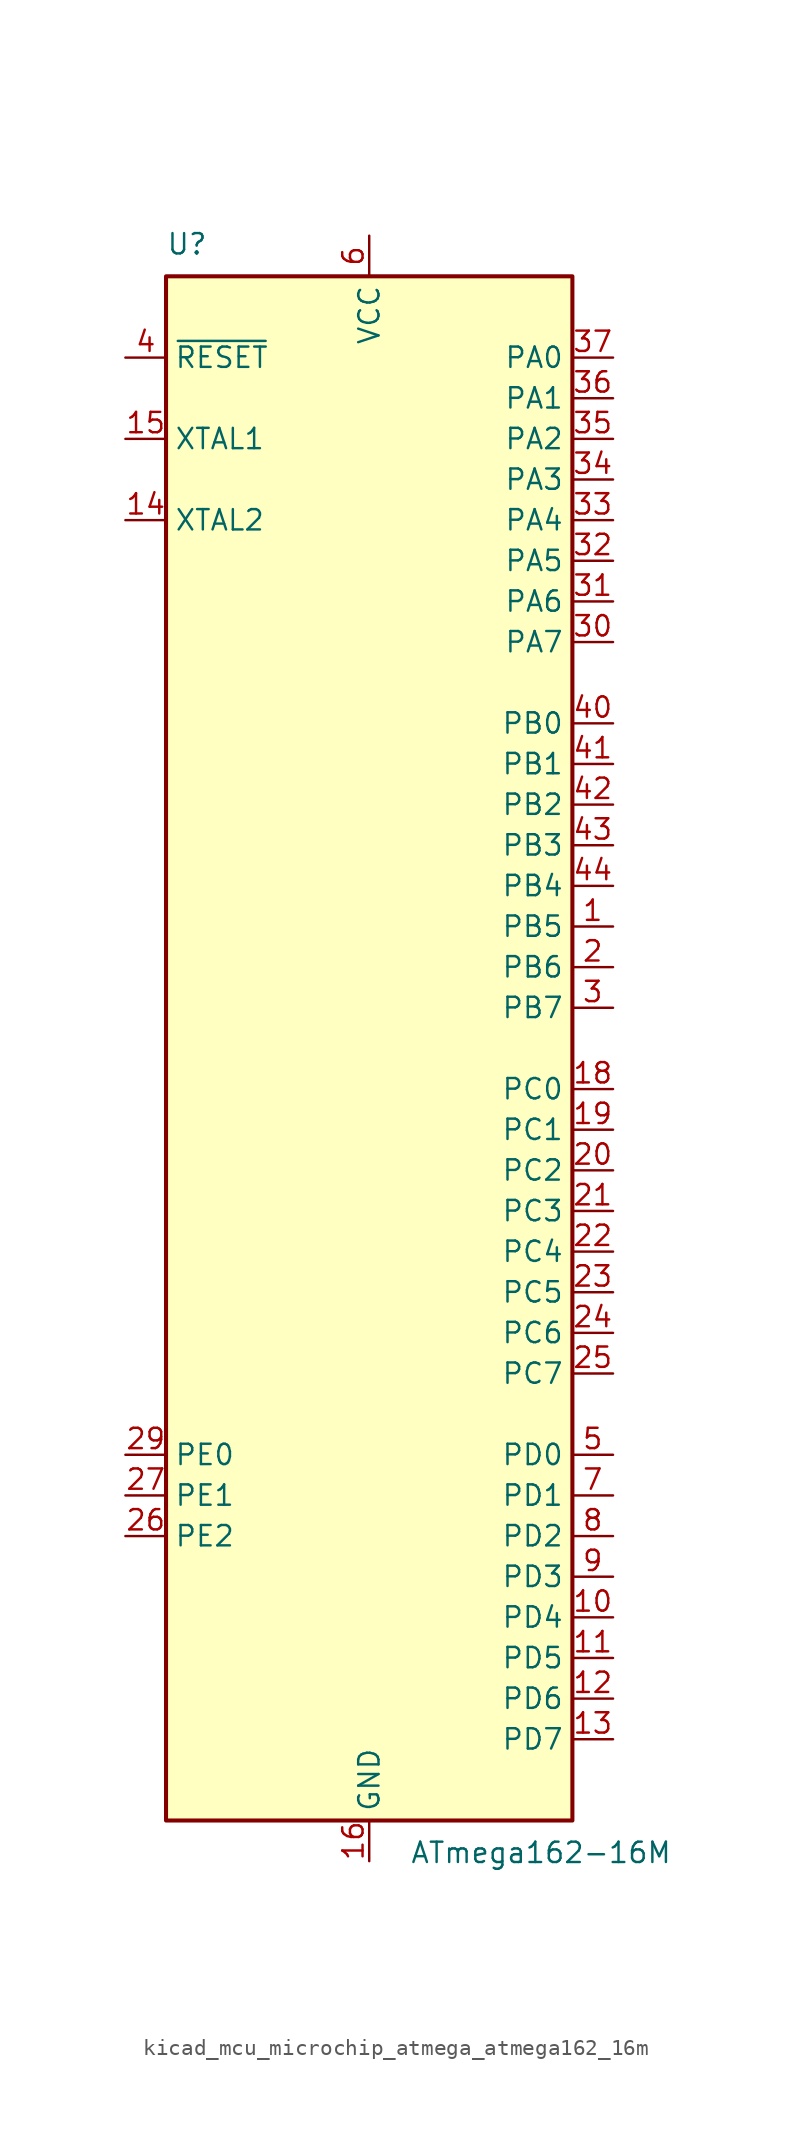
<source format=kicad_sym>
(kicad_symbol_lib
  (version 20220914)
  (generator kicad_symbol_editor)
  (symbol "kicad_mcu_microchip_atmega_atmega162_16m"
    (property "Reference" "U"
      (at -12.7 49.53 0)
      (effects (font (size 1.27 1.27)) (justify left bottom)))
    (property "Value" "ATmega162-16M"
      (at 2.54 -49.53 0)
      (effects (font (size 1.27 1.27)) (justify left top)))
    (symbol "kicad_mcu_microchip_atmega_atmega162_16m_0_1"
      (rectangle (start -12.7 -48.26) (end 12.7 48.26) (stroke (width 0.254) (type default)) (fill (type background))))
    (symbol "kicad_mcu_microchip_atmega_atmega162_16m_1_1"
      (pin bidirectional line (at 15.24 7.62 180) (length 2.54) (name "PB5" (effects (font (size 1.27 1.27)))) (number "1" (effects (font (size 1.27 1.27)))))
      (pin bidirectional line (at 15.24 -35.56 180) (length 2.54) (name "PD4" (effects (font (size 1.27 1.27)))) (number "10" (effects (font (size 1.27 1.27)))))
      (pin bidirectional line (at 15.24 -38.1 180) (length 2.54) (name "PD5" (effects (font (size 1.27 1.27)))) (number "11" (effects (font (size 1.27 1.27)))))
      (pin bidirectional line (at 15.24 -40.64 180) (length 2.54) (name "PD6" (effects (font (size 1.27 1.27)))) (number "12" (effects (font (size 1.27 1.27)))))
      (pin bidirectional line (at 15.24 -43.18 180) (length 2.54) (name "PD7" (effects (font (size 1.27 1.27)))) (number "13" (effects (font (size 1.27 1.27)))))
      (pin output line (at -15.24 33.02 0) (length 2.54) (name "XTAL2" (effects (font (size 1.27 1.27)))) (number "14" (effects (font (size 1.27 1.27)))))
      (pin input line (at -15.24 38.1 0) (length 2.54) (name "XTAL1" (effects (font (size 1.27 1.27)))) (number "15" (effects (font (size 1.27 1.27)))))
      (pin power_in line (at 0 -50.8 90) (length 2.54) (name "GND" (effects (font (size 1.27 1.27)))) (number "16" (effects (font (size 1.27 1.27)))))
      (pin passive line (at 0 50.8 270) (length 2.54) hide (name "VCC" (effects (font (size 1.27 1.27)))) (number "17" (effects (font (size 1.27 1.27)))))
      (pin bidirectional line (at 15.24 -2.54 180) (length 2.54) (name "PC0" (effects (font (size 1.27 1.27)))) (number "18" (effects (font (size 1.27 1.27)))))
      (pin bidirectional line (at 15.24 -5.08 180) (length 2.54) (name "PC1" (effects (font (size 1.27 1.27)))) (number "19" (effects (font (size 1.27 1.27)))))
      (pin bidirectional line (at 15.24 5.08 180) (length 2.54) (name "PB6" (effects (font (size 1.27 1.27)))) (number "2" (effects (font (size 1.27 1.27)))))
      (pin bidirectional line (at 15.24 -7.62 180) (length 2.54) (name "PC2" (effects (font (size 1.27 1.27)))) (number "20" (effects (font (size 1.27 1.27)))))
      (pin bidirectional line (at 15.24 -10.16 180) (length 2.54) (name "PC3" (effects (font (size 1.27 1.27)))) (number "21" (effects (font (size 1.27 1.27)))))
      (pin bidirectional line (at 15.24 -12.7 180) (length 2.54) (name "PC4" (effects (font (size 1.27 1.27)))) (number "22" (effects (font (size 1.27 1.27)))))
      (pin bidirectional line (at 15.24 -15.24 180) (length 2.54) (name "PC5" (effects (font (size 1.27 1.27)))) (number "23" (effects (font (size 1.27 1.27)))))
      (pin bidirectional line (at 15.24 -17.78 180) (length 2.54) (name "PC6" (effects (font (size 1.27 1.27)))) (number "24" (effects (font (size 1.27 1.27)))))
      (pin bidirectional line (at 15.24 -20.32 180) (length 2.54) (name "PC7" (effects (font (size 1.27 1.27)))) (number "25" (effects (font (size 1.27 1.27)))))
      (pin bidirectional line (at -15.24 -30.48 0) (length 2.54) (name "PE2" (effects (font (size 1.27 1.27)))) (number "26" (effects (font (size 1.27 1.27)))))
      (pin bidirectional line (at -15.24 -27.94 0) (length 2.54) (name "PE1" (effects (font (size 1.27 1.27)))) (number "27" (effects (font (size 1.27 1.27)))))
      (pin passive line (at 0 -50.8 90) (length 2.54) hide (name "GND" (effects (font (size 1.27 1.27)))) (number "28" (effects (font (size 1.27 1.27)))))
      (pin bidirectional line (at -15.24 -25.4 0) (length 2.54) (name "PE0" (effects (font (size 1.27 1.27)))) (number "29" (effects (font (size 1.27 1.27)))))
      (pin bidirectional line (at 15.24 2.54 180) (length 2.54) (name "PB7" (effects (font (size 1.27 1.27)))) (number "3" (effects (font (size 1.27 1.27)))))
      (pin bidirectional line (at 15.24 25.4 180) (length 2.54) (name "PA7" (effects (font (size 1.27 1.27)))) (number "30" (effects (font (size 1.27 1.27)))))
      (pin bidirectional line (at 15.24 27.94 180) (length 2.54) (name "PA6" (effects (font (size 1.27 1.27)))) (number "31" (effects (font (size 1.27 1.27)))))
      (pin bidirectional line (at 15.24 30.48 180) (length 2.54) (name "PA5" (effects (font (size 1.27 1.27)))) (number "32" (effects (font (size 1.27 1.27)))))
      (pin bidirectional line (at 15.24 33.02 180) (length 2.54) (name "PA4" (effects (font (size 1.27 1.27)))) (number "33" (effects (font (size 1.27 1.27)))))
      (pin bidirectional line (at 15.24 35.56 180) (length 2.54) (name "PA3" (effects (font (size 1.27 1.27)))) (number "34" (effects (font (size 1.27 1.27)))))
      (pin bidirectional line (at 15.24 38.1 180) (length 2.54) (name "PA2" (effects (font (size 1.27 1.27)))) (number "35" (effects (font (size 1.27 1.27)))))
      (pin bidirectional line (at 15.24 40.64 180) (length 2.54) (name "PA1" (effects (font (size 1.27 1.27)))) (number "36" (effects (font (size 1.27 1.27)))))
      (pin bidirectional line (at 15.24 43.18 180) (length 2.54) (name "PA0" (effects (font (size 1.27 1.27)))) (number "37" (effects (font (size 1.27 1.27)))))
      (pin passive line (at 0 50.8 270) (length 2.54) hide (name "VCC" (effects (font (size 1.27 1.27)))) (number "38" (effects (font (size 1.27 1.27)))))
      (pin passive line (at 0 -50.8 90) (length 2.54) hide (name "GND" (effects (font (size 1.27 1.27)))) (number "39" (effects (font (size 1.27 1.27)))))
      (pin input line (at -15.24 43.18 0) (length 2.54) (name "~{RESET}" (effects (font (size 1.27 1.27)))) (number "4" (effects (font (size 1.27 1.27)))))
      (pin bidirectional line (at 15.24 20.32 180) (length 2.54) (name "PB0" (effects (font (size 1.27 1.27)))) (number "40" (effects (font (size 1.27 1.27)))))
      (pin bidirectional line (at 15.24 17.78 180) (length 2.54) (name "PB1" (effects (font (size 1.27 1.27)))) (number "41" (effects (font (size 1.27 1.27)))))
      (pin bidirectional line (at 15.24 15.24 180) (length 2.54) (name "PB2" (effects (font (size 1.27 1.27)))) (number "42" (effects (font (size 1.27 1.27)))))
      (pin bidirectional line (at 15.24 12.7 180) (length 2.54) (name "PB3" (effects (font (size 1.27 1.27)))) (number "43" (effects (font (size 1.27 1.27)))))
      (pin bidirectional line (at 15.24 10.16 180) (length 2.54) (name "PB4" (effects (font (size 1.27 1.27)))) (number "44" (effects (font (size 1.27 1.27)))))
      (pin passive line (at 0 -50.8 90) (length 2.54) hide (name "GND" (effects (font (size 1.27 1.27)))) (number "45" (effects (font (size 1.27 1.27)))))
      (pin bidirectional line (at 15.24 -25.4 180) (length 2.54) (name "PD0" (effects (font (size 1.27 1.27)))) (number "5" (effects (font (size 1.27 1.27)))))
      (pin power_in line (at 0 50.8 270) (length 2.54) (name "VCC" (effects (font (size 1.27 1.27)))) (number "6" (effects (font (size 1.27 1.27)))))
      (pin bidirectional line (at 15.24 -27.94 180) (length 2.54) (name "PD1" (effects (font (size 1.27 1.27)))) (number "7" (effects (font (size 1.27 1.27)))))
      (pin bidirectional line (at 15.24 -30.48 180) (length 2.54) (name "PD2" (effects (font (size 1.27 1.27)))) (number "8" (effects (font (size 1.27 1.27)))))
      (pin bidirectional line (at 15.24 -33.02 180) (length 2.54) (name "PD3" (effects (font (size 1.27 1.27)))) (number "9" (effects (font (size 1.27 1.27))))))))
</source>
